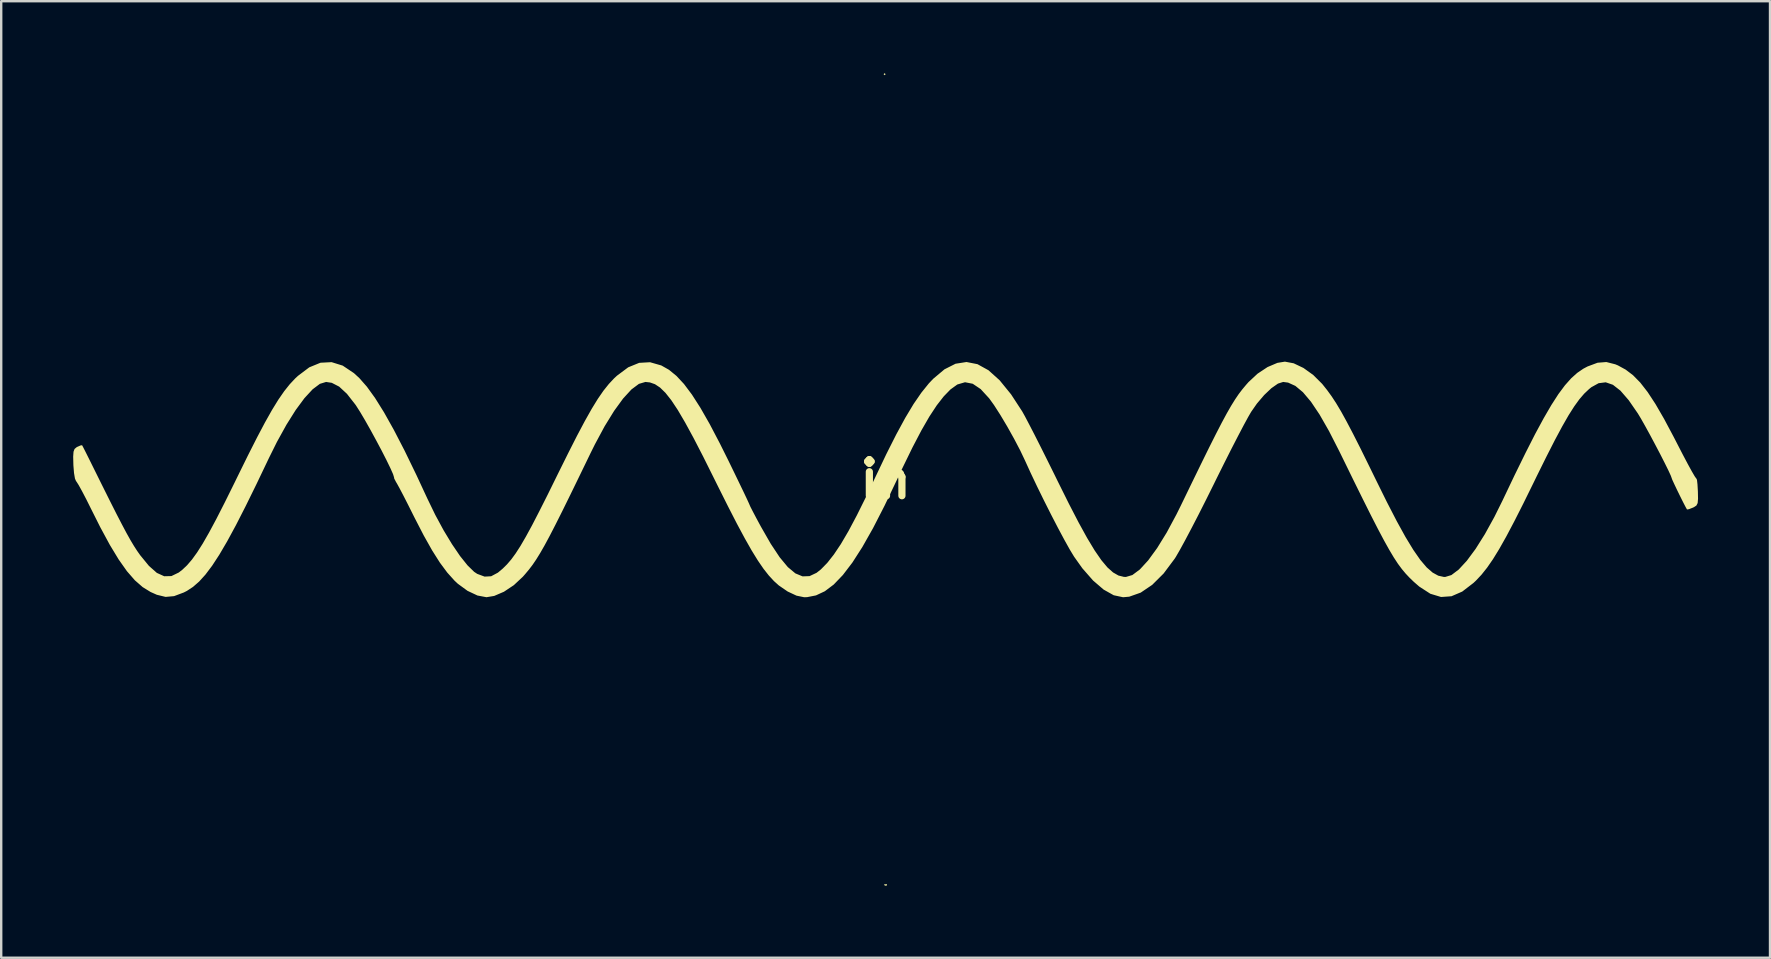
<source format=kicad_pcb>
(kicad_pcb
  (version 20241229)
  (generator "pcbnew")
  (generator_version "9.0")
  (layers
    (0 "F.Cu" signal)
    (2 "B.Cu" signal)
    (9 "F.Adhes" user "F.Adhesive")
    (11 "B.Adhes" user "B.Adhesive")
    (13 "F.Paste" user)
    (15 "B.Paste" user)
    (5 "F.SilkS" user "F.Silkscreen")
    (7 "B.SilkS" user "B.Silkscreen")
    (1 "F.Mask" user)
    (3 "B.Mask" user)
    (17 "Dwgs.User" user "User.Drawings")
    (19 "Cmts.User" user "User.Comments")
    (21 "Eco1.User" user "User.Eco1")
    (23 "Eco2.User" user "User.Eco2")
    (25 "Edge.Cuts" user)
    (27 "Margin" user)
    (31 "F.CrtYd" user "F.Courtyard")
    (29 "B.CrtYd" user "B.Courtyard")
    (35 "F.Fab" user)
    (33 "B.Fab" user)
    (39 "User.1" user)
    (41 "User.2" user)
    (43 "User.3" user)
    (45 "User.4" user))
  (footprint "in"
    (layer "F.Cu")
    (at 33.862 16.933)
    (property "Reference" "in" (at 0 0 0) (layer "F.SilkS") (effects (font (size 1.5 1.5) (thickness 0.3))))
    (attr board_only exclude_from_pos_files exclude_from_bom)
    (fp_poly (pts (xy 0 -16.891) (xy -0.042 -16.849) (xy -0.085 -16.891) (xy -0.042 -16.933)) (stroke (width 0) (type solid)) (fill yes) (layer "F.SilkS"))
    (fp_poly (pts (xy 0.056 16.877) (xy 0.045 16.927) (xy 0 16.933) (xy -0.07 16.902) (xy -0.056 16.877) (xy 0.044 16.867)) (stroke (width 0) (type solid)) (fill yes) (layer "F.SilkS"))
    (fp_poly (pts (xy 17.007 -4.841) (xy 17.414 -4.647) (xy 17.822 -4.354) (xy 18.192 -3.985) (xy 18.205 -3.969) (xy 18.399 -3.726) (xy 18.588 -3.466) (xy 18.78 -3.172) (xy 18.987 -2.825) (xy 19.217 -2.407) (xy 19.482 -1.902) (xy 19.792 -1.29) (xy 20.155 -0.553) (xy 20.418 -0.016) (xy 20.887 0.933) (xy 21.301 1.735) (xy 21.667 2.399) (xy 21.993 2.935) (xy 22.285 3.355) (xy 22.551 3.667) (xy 22.798 3.882) (xy 23.033 4.011) (xy 23.263 4.062) (xy 23.32 4.064) (xy 23.58 3.985) (xy 23.883 3.756) (xy 24.223 3.388) (xy 24.59 2.892) (xy 24.976 2.278) (xy 25.373 1.558) (xy 25.705 0.889) (xy 26.213 -0.176) (xy 26.665 -1.097) (xy 27.065 -1.884) (xy 27.424 -2.548) (xy 27.746 -3.102) (xy 28.04 -3.558) (xy 28.313 -3.925) (xy 28.572 -4.216) (xy 28.824 -4.442) (xy 29.077 -4.615) (xy 29.252 -4.708) (xy 29.672 -4.865) (xy 30.039 -4.894) (xy 30.412 -4.799) (xy 30.522 -4.753) (xy 30.844 -4.577) (xy 31.149 -4.345) (xy 31.449 -4.04) (xy 31.757 -3.645) (xy 32.085 -3.145) (xy 32.444 -2.525) (xy 32.848 -1.766) (xy 32.983 -1.504) (xy 33.218 -1.048) (xy 33.428 -0.651) (xy 33.601 -0.336) (xy 33.725 -0.124) (xy 33.787 -0.038) (xy 33.791 -0.038) (xy 33.815 0.018) (xy 33.836 0.204) (xy 33.852 0.48) (xy 33.853 0.496) (xy 33.859 0.803) (xy 33.843 0.985) (xy 33.79 1.088) (xy 33.688 1.155) (xy 33.647 1.174) (xy 33.48 1.239) (xy 33.4 1.252) (xy 33.348 1.161) (xy 33.246 0.965) (xy 33.118 0.709) (xy 32.984 0.435) (xy 32.867 0.189) (xy 32.787 0.015) (xy 32.766 -0.042) (xy 32.728 -0.149) (xy 32.625 -0.374) (xy 32.47 -0.687) (xy 32.28 -1.06) (xy 32.069 -1.462) (xy 31.855 -1.863) (xy 31.651 -2.234) (xy 31.475 -2.545) (xy 31.35 -2.752) (xy 30.969 -3.304) (xy 30.626 -3.7) (xy 30.311 -3.946) (xy 30.012 -4.049) (xy 29.716 -4.012) (xy 29.412 -3.844) (xy 29.315 -3.765) (xy 29.115 -3.576) (xy 28.913 -3.341) (xy 28.699 -3.045) (xy 28.464 -2.675) (xy 28.199 -2.213) (xy 27.895 -1.646) (xy 27.544 -0.958) (xy 27.136 -0.134) (xy 27.019 0.106) (xy 26.58 0.998) (xy 26.199 1.75) (xy 25.867 2.378) (xy 25.574 2.898) (xy 25.31 3.327) (xy 25.067 3.678) (xy 24.835 3.969) (xy 24.605 4.214) (xy 24.501 4.312) (xy 24.033 4.672) (xy 23.586 4.867) (xy 23.147 4.898) (xy 22.703 4.764) (xy 22.241 4.465) (xy 22.012 4.266) (xy 21.837 4.097) (xy 21.674 3.924) (xy 21.515 3.734) (xy 21.352 3.514) (xy 21.179 3.25) (xy 20.988 2.93) (xy 20.77 2.539) (xy 20.519 2.066) (xy 20.227 1.496) (xy 19.887 0.816) (xy 19.49 0.013) (xy 19.03 -0.926) (xy 18.903 -1.185) (xy 18.475 -2.024) (xy 18.085 -2.706) (xy 17.726 -3.241) (xy 17.392 -3.636) (xy 17.077 -3.899) (xy 16.774 -4.037) (xy 16.568 -4.064) (xy 16.351 -3.995) (xy 16.078 -3.804) (xy 15.777 -3.518) (xy 15.475 -3.163) (xy 15.235 -2.819) (xy 15.109 -2.602) (xy 14.921 -2.256) (xy 14.685 -1.805) (xy 14.411 -1.274) (xy 14.114 -0.685) (xy 13.805 -0.064) (xy 13.672 0.207) (xy 13.358 0.839) (xy 13.048 1.453) (xy 12.753 2.023) (xy 12.488 2.525) (xy 12.265 2.933) (xy 12.097 3.224) (xy 12.047 3.302) (xy 11.586 3.919) (xy 11.11 4.393) (xy 10.629 4.718) (xy 10.153 4.886) (xy 9.896 4.909) (xy 9.506 4.826) (xy 9.085 4.59) (xy 8.645 4.212) (xy 8.199 3.703) (xy 7.855 3.219) (xy 7.68 2.931) (xy 7.451 2.521) (xy 7.183 2.02) (xy 6.892 1.458) (xy 6.595 0.868) (xy 6.307 0.281) (xy 6.044 -0.272) (xy 5.822 -0.759) (xy 5.811 -0.784) (xy 5.609 -1.209) (xy 5.353 -1.697) (xy 5.069 -2.205) (xy 4.782 -2.687) (xy 4.517 -3.1) (xy 4.316 -3.379) (xy 3.961 -3.766) (xy 3.629 -3.989) (xy 3.309 -4.052) (xy 2.988 -3.958) (xy 2.7 -3.75) (xy 2.421 -3.462) (xy 2.131 -3.09) (xy 1.823 -2.622) (xy 1.489 -2.042) (xy 1.12 -1.337) (xy 0.708 -0.492) (xy 0.477 0.001) (xy -0.044 1.091) (xy -0.524 2.027) (xy -0.97 2.815) (xy -1.387 3.465) (xy -1.783 3.983) (xy -2.163 4.379) (xy -2.534 4.659) (xy -2.902 4.832) (xy -3.272 4.905) (xy -3.396 4.909) (xy -3.715 4.843) (xy -4.084 4.67) (xy -4.453 4.417) (xy -4.654 4.236) (xy -4.869 4.003) (xy -5.089 3.724) (xy -5.323 3.383) (xy -5.58 2.967) (xy -5.868 2.46) (xy -6.197 1.847) (xy -6.574 1.113) (xy -7.009 0.244) (xy -7.151 -0.042) (xy -7.609 -0.961) (xy -8.009 -1.735) (xy -8.358 -2.376) (xy -8.663 -2.895) (xy -8.934 -3.303) (xy -9.177 -3.61) (xy -9.401 -3.829) (xy -9.614 -3.97) (xy -9.824 -4.044) (xy -10.012 -4.064) (xy -10.283 -3.984) (xy -10.595 -3.751) (xy -10.942 -3.373) (xy -11.316 -2.859) (xy -11.712 -2.217) (xy -12.121 -1.456) (xy -12.297 -1.101) (xy -12.754 -0.158) (xy -13.145 0.645) (xy -13.479 1.324) (xy -13.764 1.891) (xy -14.007 2.362) (xy -14.216 2.75) (xy -14.399 3.069) (xy -14.563 3.334) (xy -14.715 3.558) (xy -14.865 3.755) (xy -15.019 3.939) (xy -15.123 4.057) (xy -15.496 4.405) (xy -15.907 4.679) (xy -16.314 4.854) (xy -16.637 4.908) (xy -17.012 4.837) (xy -17.426 4.642) (xy -17.83 4.347) (xy -17.968 4.218) (xy -18.271 3.881) (xy -18.577 3.469) (xy -18.899 2.961) (xy -19.25 2.337) (xy -19.643 1.576) (xy -19.69 1.482) (xy -19.905 1.052) (xy -20.099 0.672) (xy -20.258 0.369) (xy -20.367 0.171) (xy -20.405 0.109) (xy -20.482 -0.039) (xy -20.489 -0.087) (xy -20.529 -0.218) (xy -20.639 -0.466) (xy -20.803 -0.804) (xy -21.006 -1.202) (xy -21.234 -1.63) (xy -21.469 -2.062) (xy -21.698 -2.467) (xy -21.905 -2.817) (xy -22.075 -3.083) (xy -22.1 -3.119) (xy -22.453 -3.57) (xy -22.776 -3.869) (xy -23.085 -4.028) (xy -23.322 -4.064) (xy -23.58 -3.985) (xy -23.883 -3.757) (xy -24.222 -3.39) (xy -24.588 -2.894) (xy -24.973 -2.282) (xy -25.37 -1.564) (xy -25.705 -0.889) (xy -26.218 0.185) (xy -26.674 1.113) (xy -27.08 1.908) (xy -27.444 2.579) (xy -27.772 3.138) (xy -28.071 3.596) (xy -28.349 3.965) (xy -28.612 4.255) (xy -28.868 4.478) (xy -29.124 4.646) (xy -29.252 4.711) (xy -29.657 4.863) (xy -30.011 4.895) (xy -30.376 4.806) (xy -30.638 4.689) (xy -30.967 4.486) (xy -31.292 4.202) (xy -31.621 3.824) (xy -31.965 3.337) (xy -32.334 2.728) (xy -32.737 1.983) (xy -33.116 1.228) (xy -33.314 0.831) (xy -33.492 0.49) (xy -33.634 0.233) (xy -33.725 0.089) (xy -33.743 0.069) (xy -33.788 -0.038) (xy -33.827 -0.267) (xy -33.852 -0.574) (xy -33.854 -0.623) (xy -33.862 -0.952) (xy -33.848 -1.154) (xy -33.805 -1.27) (xy -33.723 -1.34) (xy -33.696 -1.356) (xy -33.549 -1.42) (xy -33.49 -1.425) (xy -33.445 -1.342) (xy -33.343 -1.141) (xy -33.2 -0.855) (xy -33.091 -0.635) (xy -32.687 0.18) (xy -32.348 0.86) (xy -32.066 1.419) (xy -31.831 1.873) (xy -31.636 2.24) (xy -31.47 2.536) (xy -31.327 2.775) (xy -31.197 2.976) (xy -31.072 3.153) (xy -31.07 3.156) (xy -30.704 3.603) (xy -30.375 3.894) (xy -30.068 4.034) (xy -29.768 4.027) (xy -29.462 3.879) (xy -29.315 3.765) (xy -29.115 3.576) (xy -28.913 3.341) (xy -28.699 3.045) (xy -28.464 2.675) (xy -28.199 2.213) (xy -27.895 1.646) (xy -27.544 0.958) (xy -27.136 0.134) (xy -27.019 -0.106) (xy -26.58 -0.998) (xy -26.199 -1.75) (xy -25.867 -2.378) (xy -25.574 -2.898) (xy -25.31 -3.327) (xy -25.067 -3.678) (xy -24.835 -3.969) (xy -24.605 -4.214) (xy -24.501 -4.312) (xy -24.022 -4.673) (xy -23.554 -4.865) (xy -23.092 -4.889) (xy -22.629 -4.745) (xy -22.161 -4.432) (xy -21.936 -4.225) (xy -21.621 -3.867) (xy -21.279 -3.393) (xy -20.906 -2.796) (xy -20.497 -2.066) (xy -20.048 -1.198) (xy -19.555 -0.182) (xy -19.103 0.791) (xy -18.772 1.474) (xy -18.425 2.116) (xy -18.075 2.695) (xy -17.737 3.192) (xy -17.424 3.583) (xy -17.151 3.849) (xy -17.022 3.935) (xy -16.715 4.049) (xy -16.442 4.035) (xy -16.16 3.884) (xy -15.96 3.716) (xy -15.78 3.538) (xy -15.603 3.332) (xy -15.42 3.082) (xy -15.221 2.773) (xy -14.997 2.388) (xy -14.738 1.913) (xy -14.437 1.33) (xy -14.082 0.626) (xy -13.672 -0.207) (xy -13.237 -1.084) (xy -12.862 -1.823) (xy -12.536 -2.437) (xy -12.25 -2.945) (xy -11.995 -3.36) (xy -11.761 -3.699) (xy -11.538 -3.978) (xy -11.318 -4.213) (xy -11.2 -4.323) (xy -10.729 -4.674) (xy -10.273 -4.86) (xy -9.819 -4.886) (xy -9.355 -4.753) (xy -9.342 -4.747) (xy -9.029 -4.57) (xy -8.72 -4.317) (xy -8.404 -3.978) (xy -8.074 -3.538) (xy -7.72 -2.986) (xy -7.333 -2.309) (xy -6.906 -1.494) (xy -6.552 -0.783) (xy -6.305 -0.275) (xy -6.085 0.18) (xy -5.901 0.562) (xy -5.766 0.848) (xy -5.688 1.018) (xy -5.673 1.056) (xy -5.635 1.141) (xy -5.531 1.344) (xy -5.378 1.634) (xy -5.199 1.965) (xy -4.788 2.682) (xy -4.417 3.242) (xy -4.078 3.651) (xy -3.763 3.914) (xy -3.463 4.039) (xy -3.171 4.029) (xy -2.879 3.891) (xy -2.7 3.75) (xy -2.433 3.477) (xy -2.159 3.13) (xy -1.867 2.694) (xy -1.551 2.155) (xy -1.202 1.499) (xy -0.81 0.71) (xy -0.434 -0.085) (xy 0.027 -1.053) (xy 0.442 -1.876) (xy 0.818 -2.568) (xy 1.164 -3.144) (xy 1.489 -3.617) (xy 1.801 -4.004) (xy 1.983 -4.196) (xy 2.452 -4.59) (xy 2.913 -4.823) (xy 3.37 -4.895) (xy 3.827 -4.805) (xy 4.287 -4.551) (xy 4.752 -4.132) (xy 5.228 -3.547) (xy 5.692 -2.836) (xy 5.805 -2.633) (xy 5.98 -2.3) (xy 6.206 -1.863) (xy 6.469 -1.343) (xy 6.757 -0.766) (xy 7.06 -0.154) (xy 7.177 0.085) (xy 7.638 1.012) (xy 8.042 1.792) (xy 8.397 2.437) (xy 8.711 2.958) (xy 8.991 3.364) (xy 9.245 3.667) (xy 9.48 3.876) (xy 9.704 4.004) (xy 9.925 4.059) (xy 10.012 4.064) (xy 10.283 3.984) (xy 10.595 3.751) (xy 10.942 3.373) (xy 11.316 2.859) (xy 11.712 2.217) (xy 12.121 1.456) (xy 12.297 1.101) (xy 12.754 0.158) (xy 13.145 -0.645) (xy 13.479 -1.324) (xy 13.764 -1.891) (xy 14.007 -2.362) (xy 14.216 -2.75) (xy 14.399 -3.069) (xy 14.563 -3.334) (xy 14.715 -3.558) (xy 14.865 -3.755) (xy 15.019 -3.939) (xy 15.123 -4.057) (xy 15.5 -4.408) (xy 15.916 -4.684) (xy 16.327 -4.859) (xy 16.642 -4.91)) (stroke (width 0) (type solid)) (fill yes) (layer "F.SilkS")))
  (gr_rect
    (start -3 -3)
    (end 70.721 36.867)
    (stroke (width 0.1) (type default))
    (fill no)
    (layer "Edge.Cuts")))
</source>
